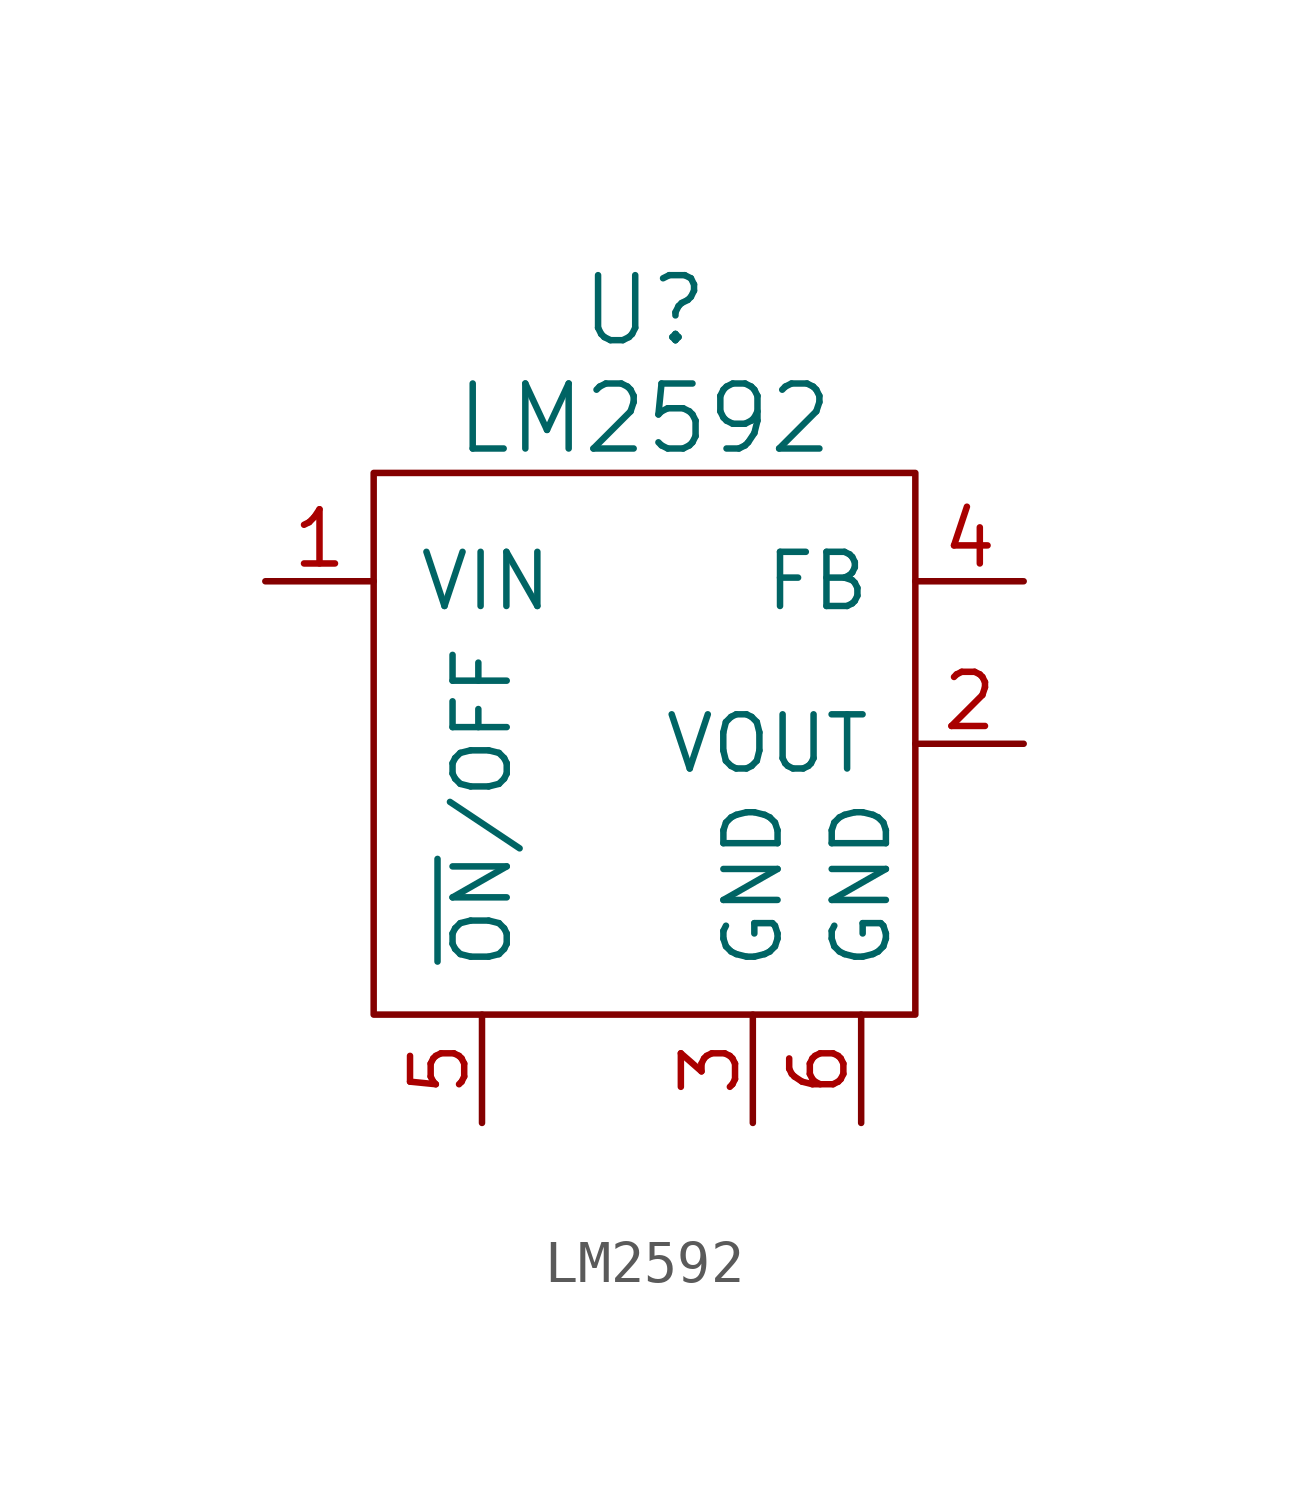
<source format=kicad_sym>
(kicad_symbol_lib
  (version 20220914)
  (generator kicad_symbol_editor)
  (symbol "LM2592"
    (pin_names
      (offset 1.016))
    (property "Reference" "U"
      (at 0 10.16 0)
      (effects (font (size 1.524 1.524))))
    (property "Value" "LM2592"
      (at 0 7.62 0)
      (effects (font (size 1.524 1.524))))
    (property "Footprint" ""
      (at 0 0 0)
      (effects (font (size 1.524 1.524))))
    (property "Datasheet" ""
      (at 0 0 0)
      (effects (font (size 1.524 1.524))))
    (symbol "LM2592_0_1"
      (rectangle (start -6.35 6.35) (end 6.35 -6.35) (stroke (width 0) (type solid)) (fill (type none))))
    (symbol "LM2592_1_1"
      (pin passive line (at -8.89 3.81 0) (length 2.54) (name "VIN" (effects (font (size 1.27 1.27)))) (number "1" (effects (font (size 1.27 1.27)))))
      (pin passive line (at 8.89 0 180) (length 2.54) (name "VOUT" (effects (font (size 1.27 1.27)))) (number "2" (effects (font (size 1.27 1.27)))))
      (pin passive line (at 2.54 -8.89 90) (length 2.54) (name "GND" (effects (font (size 1.27 1.27)))) (number "3" (effects (font (size 1.27 1.27)))))
      (pin passive line (at 8.89 3.81 180) (length 2.54) (name "FB" (effects (font (size 1.27 1.27)))) (number "4" (effects (font (size 1.27 1.27)))))
      (pin passive line (at -3.81 -8.89 90) (length 2.54) (name "~{ON}/OFF" (effects (font (size 1.27 1.27)))) (number "5" (effects (font (size 1.27 1.27)))))
      (pin passive line (at 5.08 -8.89 90) (length 2.54) (name "GND" (effects (font (size 1.27 1.27)))) (number "6" (effects (font (size 1.27 1.27))))))))
</source>
